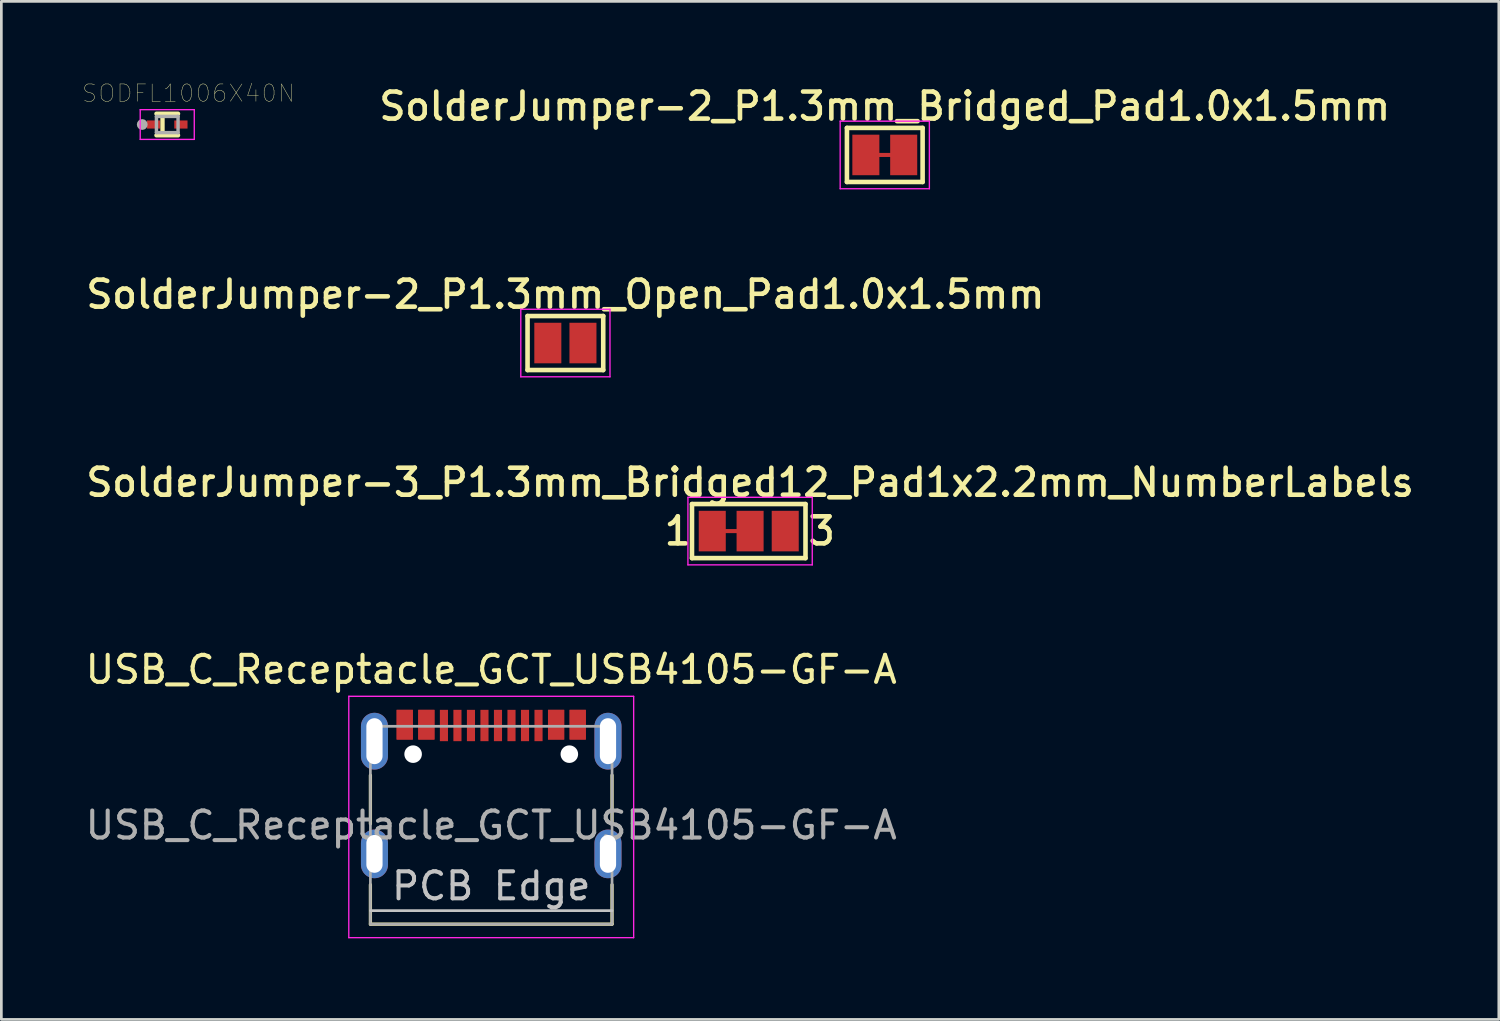
<source format=kicad_pcb>
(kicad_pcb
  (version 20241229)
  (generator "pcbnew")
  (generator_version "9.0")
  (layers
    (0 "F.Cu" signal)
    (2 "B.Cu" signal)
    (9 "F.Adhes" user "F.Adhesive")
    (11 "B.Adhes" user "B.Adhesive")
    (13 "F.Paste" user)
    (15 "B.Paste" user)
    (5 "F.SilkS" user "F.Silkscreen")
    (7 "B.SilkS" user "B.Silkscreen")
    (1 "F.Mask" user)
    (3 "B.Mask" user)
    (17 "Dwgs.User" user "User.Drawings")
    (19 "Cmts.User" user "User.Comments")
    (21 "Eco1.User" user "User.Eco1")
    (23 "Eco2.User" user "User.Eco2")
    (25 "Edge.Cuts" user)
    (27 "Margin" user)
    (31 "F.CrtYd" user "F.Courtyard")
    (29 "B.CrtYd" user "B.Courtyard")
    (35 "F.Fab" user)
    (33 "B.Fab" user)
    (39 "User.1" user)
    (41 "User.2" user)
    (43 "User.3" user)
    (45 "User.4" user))
  (footprint "USB_C_Receptacle_GCT_USB4105-GF-A"
    (layer "F.Cu")
    (at 15.125 26.303)
    (property "Reference" "USB_C_Receptacle_GCT_USB4105-GF-A" (at 0 -4.58 0) (layer "F.SilkS") (effects (font (size 1 1) (thickness 0.15))))
    (attr smd)
    (fp_line (start -4.47 -0.67) (end -4.47 1.13) (stroke (width 0.12) (type solid)) (layer "F.SilkS"))
    (fp_line (start -4.47 4.84) (end -4.47 3.38) (stroke (width 0.12) (type solid)) (layer "F.SilkS"))
    (fp_line (start 4.47 -0.67) (end 4.47 1.13) (stroke (width 0.12) (type solid)) (layer "F.SilkS"))
    (fp_line (start 4.47 4.84) (end -4.47 4.84) (stroke (width 0.12) (type solid)) (layer "F.SilkS"))
    (fp_line (start 4.47 4.84) (end 4.47 3.38) (stroke (width 0.12) (type solid)) (layer "F.SilkS"))
    (fp_line (start -4.47 4.34) (end 4.47 4.34) (stroke (width 0.1) (type solid)) (layer "Dwgs.User"))
    (fp_line (start -5.27 -3.59) (end -5.27 5.34) (stroke (width 0.05) (type solid)) (layer "F.CrtYd"))
    (fp_line (start -5.27 5.34) (end 5.27 5.34) (stroke (width 0.05) (type solid)) (layer "F.CrtYd"))
    (fp_line (start 5.27 -3.59) (end -5.27 -3.59) (stroke (width 0.05) (type solid)) (layer "F.CrtYd"))
    (fp_line (start 5.27 5.34) (end 5.27 -3.59) (stroke (width 0.05) (type solid)) (layer "F.CrtYd"))
    (fp_line (start -4.47 -2.48) (end -4.47 4.84) (stroke (width 0.1) (type solid)) (layer "F.Fab"))
    (fp_line (start -4.47 -2.48) (end 4.47 -2.48) (stroke (width 0.1) (type solid)) (layer "F.Fab"))
    (fp_line (start 4.47 -2.48) (end 4.47 4.84) (stroke (width 0.1) (type solid)) (layer "F.Fab"))
    (fp_line (start 4.47 4.84) (end -4.47 4.84) (stroke (width 0.1) (type solid)) (layer "F.Fab"))
    (fp_text user "PCB Edge" (at 0 3.43 0) (layer "Dwgs.User") (effects (font (size 1 1) (thickness 0.15))))
    (fp_text user "${REFERENCE}" (at 0 1.18 0) (layer "F.Fab") (effects (font (size 1 1) (thickness 0.15))))
    (pad "" np_thru_hole circle (at -2.89 -1.45 180) (size 0.65 0.65) (drill 0.65) (layers "*.Cu" "*.Mask"))
    (pad "" np_thru_hole circle (at 2.89 -1.45 180) (size 0.65 0.65) (drill 0.65) (layers "*.Cu" "*.Mask"))
    (pad "A1" smd rect (at -3.2 -2.54) (size 0.6 1.1) (layers "F.Cu" "F.Mask" "F.Paste"))
    (pad "A4" smd rect (at -2.4 -2.54) (size 0.6 1.1) (layers "F.Cu" "F.Mask" "F.Paste"))
    (pad "A5" smd rect (at -1.25 -2.51 180) (size 0.3 1.16) (layers "F.Cu" "F.Mask" "F.Paste"))
    (pad "A6" smd rect (at -0.25 -2.51 180) (size 0.3 1.16) (layers "F.Cu" "F.Mask" "F.Paste"))
    (pad "A7" smd rect (at 0.25 -2.51 180) (size 0.3 1.16) (layers "F.Cu" "F.Mask" "F.Paste"))
    (pad "A8" smd rect (at 1.25 -2.51 180) (size 0.3 1.16) (layers "F.Cu" "F.Mask" "F.Paste"))
    (pad "A9" smd rect (at 2.4 -2.54) (size 0.6 1.1) (layers "F.Cu" "F.Mask" "F.Paste"))
    (pad "A12" smd rect (at 3.2 -2.54) (size 0.6 1.1) (layers "F.Cu" "F.Mask" "F.Paste"))
    (pad "B1" smd rect (at 3.2 -2.54) (size 0.6 1.1) (layers "F.Cu" "F.Mask" "F.Paste"))
    (pad "B4" smd rect (at 2.4 -2.54) (size 0.6 1.1) (layers "F.Cu" "F.Mask" "F.Paste"))
    (pad "B5" smd rect (at 1.75 -2.51 180) (size 0.3 1.16) (layers "F.Cu" "F.Mask" "F.Paste"))
    (pad "B6" smd rect (at 0.75 -2.51 180) (size 0.3 1.16) (layers "F.Cu" "F.Mask" "F.Paste"))
    (pad "B7" smd rect (at -0.75 -2.51 180) (size 0.3 1.16) (layers "F.Cu" "F.Mask" "F.Paste"))
    (pad "B8" smd rect (at -1.75 -2.51 180) (size 0.3 1.16) (layers "F.Cu" "F.Mask" "F.Paste"))
    (pad "B9" smd rect (at -2.4 -2.54) (size 0.6 1.1) (layers "F.Cu" "F.Mask" "F.Paste"))
    (pad "B12" smd rect (at -3.2 -2.54) (size 0.6 1.1) (layers "F.Cu" "F.Mask" "F.Paste"))
    (pad "S1" thru_hole oval (at -4.32 -1.93 90) (size 2.1 1) (drill oval 1.7 0.6) (layers "*.Cu" "*.Mask"))
    (pad "S1" thru_hole oval (at -4.32 2.24 90) (size 1.8 1) (drill oval 1.4 0.6) (layers "*.Cu" "*.Mask"))
    (pad "S1" thru_hole oval (at 4.32 -1.93 90) (size 2.1 1) (drill oval 1.7 0.6) (layers "*.Cu" "*.Mask"))
    (pad "S1" thru_hole oval (at 4.32 2.24 90) (size 1.8 1) (drill oval 1.4 0.6) (layers "*.Cu" "*.Mask")))
  (footprint "SolderJumper-3_P1.3mm_Bridged12_Pad1x2.2mm_NumberLabels"
    (layer "F.Cu")
    (at 24.703 16.6)
    (property "Reference" "SolderJumper-3_P1.3mm_Bridged12_Pad1x2.2mm_NumberLabels" (at 0 -1.8 0) (layer "F.SilkS") (effects (font (size 1 1) (thickness 0.17))))
    (attr exclude_from_pos_files exclude_from_bom)
    (fp_poly (pts (xy -0.95 -0.075) (xy -0.45 -0.075) (xy -0.45 0.075) (xy -0.95 0.075)) (stroke (width 0) (type solid)) (fill yes) (layer "F.Cu"))
    (fp_poly (pts (xy -0.95 -0.075) (xy -0.45 -0.075) (xy -0.45 0.075) (xy -0.95 0.075)) (stroke (width 0) (type solid)) (fill yes) (layer "F.Mask"))
    (fp_line (start -2.15 -1) (end 2.05 -1) (stroke (width 0.17) (type solid)) (layer "F.SilkS"))
    (fp_line (start -2.15 1) (end -2.15 -1) (stroke (width 0.17) (type solid)) (layer "F.SilkS"))
    (fp_line (start 2.05 -1) (end 2.05 1) (stroke (width 0.17) (type solid)) (layer "F.SilkS"))
    (fp_line (start 2.05 1) (end -2.15 1) (stroke (width 0.17) (type solid)) (layer "F.SilkS"))
    (fp_line (start -2.3 -1.25) (end -2.3 1.25) (stroke (width 0.05) (type solid)) (layer "F.CrtYd"))
    (fp_line (start -2.3 -1.25) (end 2.3 -1.25) (stroke (width 0.05) (type solid)) (layer "F.CrtYd"))
    (fp_line (start 2.3 1.25) (end -2.3 1.25) (stroke (width 0.05) (type solid)) (layer "F.CrtYd"))
    (fp_line (start 2.3 1.25) (end 2.3 -1.25) (stroke (width 0.05) (type solid)) (layer "F.CrtYd"))
    (fp_text user "3" (at 2.65 0 0) (layer "F.SilkS") (effects (font (size 1 1) (thickness 0.17))))
    (fp_text user "1" (at -2.675 0 0) (layer "F.SilkS") (effects (font (size 1 1) (thickness 0.17))))
    (pad "1" smd rect (at -1.4 0) (size 1 1.5) (layers "F.Cu" "F.Mask"))
    (pad "2" smd rect (at 0 0) (size 1 1.5) (layers "F.Cu" "F.Mask"))
    (pad "3" smd rect (at 1.3 0) (size 1 1.5) (layers "F.Cu" "F.Mask")))
  (footprint "SODFL1006X40N"
    (layer "F.Cu")
    (at 3.138 1.557)
    (property "Reference" "SODFL1006X40N" (at 0.782 -1.156 0) (layer "F.SilkS") (effects (font (size 0.64 0.64) (thickness 0.015))))
    (attr through_hole)
    (fp_line (start -0.175 -0.35) (end -0.175 0.375) (stroke (width 0.16) (type solid)) (layer "F.SilkS"))
    (fp_line (start 0.4 -0.4) (end -0.4 -0.4) (stroke (width 0.16) (type solid)) (layer "F.SilkS"))
    (fp_line (start 0.4 0.4) (end -0.4 0.4) (stroke (width 0.16) (type solid)) (layer "F.SilkS"))
    (fp_line (start -1 -0.55) (end 1 -0.55) (stroke (width 0.05) (type solid)) (layer "F.CrtYd"))
    (fp_line (start -1 0.55) (end -1 -0.55) (stroke (width 0.05) (type solid)) (layer "F.CrtYd"))
    (fp_line (start 1 -0.55) (end 1 0.55) (stroke (width 0.05) (type solid)) (layer "F.CrtYd"))
    (fp_line (start 1 0.55) (end -1 0.55) (stroke (width 0.05) (type solid)) (layer "F.CrtYd"))
    (fp_line (start -0.4 -0.3) (end -0.4 0.3) (stroke (width 0.127) (type solid)) (layer "F.Fab"))
    (fp_line (start -0.4 0.3) (end 0.4 0.3) (stroke (width 0.127) (type solid)) (layer "F.Fab"))
    (fp_line (start 0.4 -0.3) (end -0.4 -0.3) (stroke (width 0.127) (type solid)) (layer "F.Fab"))
    (fp_line (start 0.4 0.3) (end 0.4 -0.3) (stroke (width 0.127) (type solid)) (layer "F.Fab"))
    (fp_circle (center -0.925 0) (end -0.825 0) (stroke (width 0.2) (type solid)) (fill no) (layer "F.Fab"))
    (pad "1" smd rect (at 0.505 0) (size 0.49 0.3) (layers "F.Cu" "F.Mask" "F.Paste"))
    (pad "2" smd rect (at -0.505 0) (size 0.49 0.3) (layers "F.Cu" "F.Mask" "F.Paste")))
  (footprint "SolderJumper-2_P1.3mm_Open_Pad1.0x1.5mm"
    (layer "F.Cu")
    (at 17.869 9.642)
    (property "Reference" "SolderJumper-2_P1.3mm_Open_Pad1.0x1.5mm" (at 0 -1.8 0) (layer "F.SilkS") (effects (font (size 1 1) (thickness 0.17))))
    (attr exclude_from_pos_files exclude_from_bom)
    (fp_line (start -1.4 -1) (end 1.4 -1) (stroke (width 0.17) (type solid)) (layer "F.SilkS"))
    (fp_line (start -1.4 1) (end -1.4 -1) (stroke (width 0.17) (type solid)) (layer "F.SilkS"))
    (fp_line (start 1.4 -1) (end 1.4 1) (stroke (width 0.17) (type solid)) (layer "F.SilkS"))
    (fp_line (start 1.4 1) (end -1.4 1) (stroke (width 0.17) (type solid)) (layer "F.SilkS"))
    (fp_line (start -1.65 -1.25) (end -1.65 1.25) (stroke (width 0.05) (type solid)) (layer "F.CrtYd"))
    (fp_line (start -1.65 -1.25) (end 1.65 -1.25) (stroke (width 0.05) (type solid)) (layer "F.CrtYd"))
    (fp_line (start 1.65 1.25) (end -1.65 1.25) (stroke (width 0.05) (type solid)) (layer "F.CrtYd"))
    (fp_line (start 1.65 1.25) (end 1.65 -1.25) (stroke (width 0.05) (type solid)) (layer "F.CrtYd"))
    (pad "1" smd rect (at -0.65 0) (size 1 1.5) (layers "F.Cu" "F.Mask"))
    (pad "2" smd rect (at 0.65 0) (size 1 1.5) (layers "F.Cu" "F.Mask")))
  (footprint "SolderJumper-2_P1.3mm_Bridged_Pad1.0x1.5mm"
    (layer "F.Cu")
    (at 29.686 2.683)
    (property "Reference" "SolderJumper-2_P1.3mm_Bridged_Pad1.0x1.5mm" (at 0 -1.8 0) (layer "F.SilkS") (effects (font (size 1 1) (thickness 0.17))))
    (attr exclude_from_pos_files exclude_from_bom)
    (fp_poly (pts (xy -0.25 -0.075) (xy 0.25 -0.075) (xy 0.25 0.075) (xy -0.25 0.075)) (stroke (width 0) (type solid)) (fill yes) (layer "F.Cu"))
    (fp_poly (pts (xy -0.25 -0.075) (xy 0.25 -0.075) (xy 0.25 0.075) (xy -0.25 0.075)) (stroke (width 0) (type solid)) (fill yes) (layer "F.Mask"))
    (fp_line (start -1.4 -1) (end 1.4 -1) (stroke (width 0.17) (type solid)) (layer "F.SilkS"))
    (fp_line (start -1.4 1) (end -1.4 -1) (stroke (width 0.17) (type solid)) (layer "F.SilkS"))
    (fp_line (start 1.4 -1) (end 1.4 1) (stroke (width 0.17) (type solid)) (layer "F.SilkS"))
    (fp_line (start 1.4 1) (end -1.4 1) (stroke (width 0.17) (type solid)) (layer "F.SilkS"))
    (fp_line (start -1.65 -1.25) (end -1.65 1.25) (stroke (width 0.05) (type solid)) (layer "F.CrtYd"))
    (fp_line (start -1.65 -1.25) (end 1.65 -1.25) (stroke (width 0.05) (type solid)) (layer "F.CrtYd"))
    (fp_line (start 1.65 1.25) (end -1.65 1.25) (stroke (width 0.05) (type solid)) (layer "F.CrtYd"))
    (fp_line (start 1.65 1.25) (end 1.65 -1.25) (stroke (width 0.05) (type solid)) (layer "F.CrtYd"))
    (pad "1" smd rect (at -0.7 0) (size 1 1.5) (layers "F.Cu" "F.Mask"))
    (pad "2" smd rect (at 0.7 0) (size 1 1.5) (layers "F.Cu" "F.Mask")))
  (gr_rect
    (start -3 -3)
    (end 52.405 34.668)
    (stroke (width 0.1) (type default))
    (fill no)
    (layer "Edge.Cuts")))
</source>
